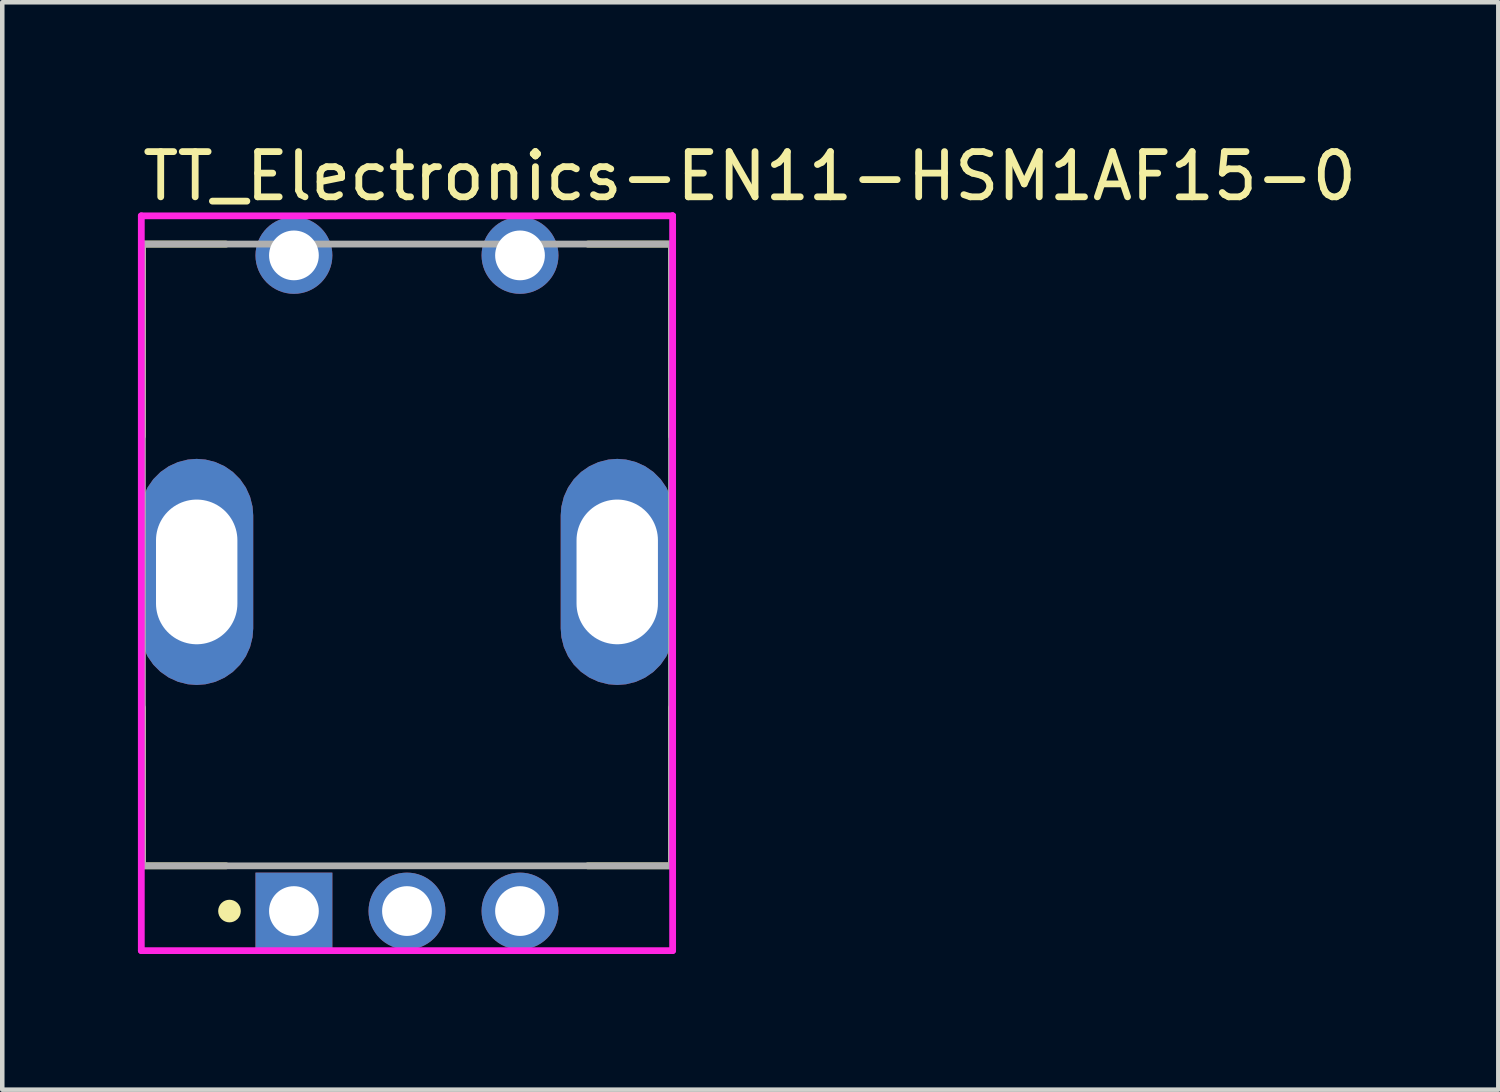
<source format=kicad_pcb>
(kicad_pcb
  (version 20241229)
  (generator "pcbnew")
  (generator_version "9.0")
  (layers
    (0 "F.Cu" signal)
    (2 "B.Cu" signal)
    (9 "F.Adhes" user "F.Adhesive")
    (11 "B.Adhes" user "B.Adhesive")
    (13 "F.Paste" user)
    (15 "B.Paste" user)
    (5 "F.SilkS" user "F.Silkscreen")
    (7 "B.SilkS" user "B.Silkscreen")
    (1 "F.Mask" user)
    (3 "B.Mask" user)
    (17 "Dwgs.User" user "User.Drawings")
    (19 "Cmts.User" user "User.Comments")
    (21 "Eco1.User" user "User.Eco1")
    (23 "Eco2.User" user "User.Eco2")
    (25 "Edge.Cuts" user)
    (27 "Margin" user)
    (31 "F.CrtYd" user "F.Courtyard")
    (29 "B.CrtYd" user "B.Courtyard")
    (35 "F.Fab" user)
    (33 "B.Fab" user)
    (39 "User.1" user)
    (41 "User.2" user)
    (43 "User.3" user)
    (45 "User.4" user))
  (footprint "TT_Electronics-EN11-HSM1AF15-0"
    (layer "F.Cu")
    (at 5.95 9.598)
    (property "Reference" "TT_Electronics-EN11-HSM1AF15-0" (at -5.925 -8.75 0) (layer "F.SilkS") (effects (font (size 1 1) (thickness 0.15)) (justify left)))
    (attr through_hole)
    (fp_line (start -5.85 -7.25) (end -5.85 -3) (stroke (width 0.15) (type solid)) (layer "F.SilkS"))
    (fp_line (start -5.85 -7.25) (end -4 -7.25) (stroke (width 0.15) (type solid)) (layer "F.SilkS"))
    (fp_line (start -5.85 6.5) (end -5.85 3) (stroke (width 0.15) (type solid)) (layer "F.SilkS"))
    (fp_line (start -5.85 6.5) (end -4 6.5) (stroke (width 0.15) (type solid)) (layer "F.SilkS"))
    (fp_line (start 5.85 -7.25) (end 4 -7.25) (stroke (width 0.15) (type solid)) (layer "F.SilkS"))
    (fp_line (start 5.85 -7.25) (end 5.85 -3) (stroke (width 0.15) (type solid)) (layer "F.SilkS"))
    (fp_line (start 5.85 6.5) (end 4 6.5) (stroke (width 0.15) (type solid)) (layer "F.SilkS"))
    (fp_line (start 5.85 6.5) (end 5.85 3) (stroke (width 0.15) (type solid)) (layer "F.SilkS"))
    (fp_circle (center -3.925 7.5) (end -3.8 7.5) (stroke (width 0.25) (type solid)) (fill no) (layer "F.SilkS"))
    (fp_line (start -5.875 -7.875) (end -5.875 8.375) (stroke (width 0.15) (type solid)) (layer "F.CrtYd"))
    (fp_line (start -5.875 8.375) (end 5.875 8.375) (stroke (width 0.15) (type solid)) (layer "F.CrtYd"))
    (fp_line (start 5.875 -7.875) (end -5.875 -7.875) (stroke (width 0.15) (type solid)) (layer "F.CrtYd"))
    (fp_line (start 5.875 -7.875) (end 5.875 -7.875) (stroke (width 0.15) (type solid)) (layer "F.CrtYd"))
    (fp_line (start 5.875 8.375) (end 5.875 -7.875) (stroke (width 0.15) (type solid)) (layer "F.CrtYd"))
    (fp_line (start -5.85 -7.25) (end 5.85 -7.25) (stroke (width 0.15) (type solid)) (layer "F.Fab"))
    (fp_line (start -5.85 6.5) (end -5.85 -7.25) (stroke (width 0.15) (type solid)) (layer "F.Fab"))
    (fp_line (start 5.85 -7.25) (end 5.85 6.5) (stroke (width 0.15) (type solid)) (layer "F.Fab"))
    (fp_line (start 5.85 6.5) (end -5.85 6.5) (stroke (width 0.15) (type solid)) (layer "F.Fab"))
    (pad "1" thru_hole roundrect (at -4.65 0) (size 2.5 5) (drill oval 1.8 3.2) (layers "*.Cu" "*.Mask") (roundrect_rratio 0.5))
    (pad "2" thru_hole roundrect (at 4.65 0) (size 2.5 5) (drill oval 1.8 3.2) (layers "*.Cu" "*.Mask") (roundrect_rratio 0.5))
    (pad "A" thru_hole rect (at -2.5 7.5) (size 1.7 1.7) (drill 1.1) (layers "*.Cu" "*.Mask"))
    (pad "B" thru_hole circle (at 2.5 7.5) (size 1.7 1.7) (drill 1.1) (layers "*.Cu" "*.Mask"))
    (pad "C" thru_hole circle (at 0 7.5) (size 1.7 1.7) (drill 1.1) (layers "*.Cu" "*.Mask"))
    (pad "S1" thru_hole circle (at -2.5 -7) (size 1.7 1.7) (drill 1.1) (layers "*.Cu" "*.Mask"))
    (pad "S2" thru_hole circle (at 2.5 -7) (size 1.7 1.7) (drill 1.1) (layers "*.Cu" "*.Mask")))
  (gr_rect
    (start -3 -3)
    (end 30.085 21.048)
    (stroke (width 0.1) (type default))
    (fill no)
    (layer "Edge.Cuts")))
</source>
